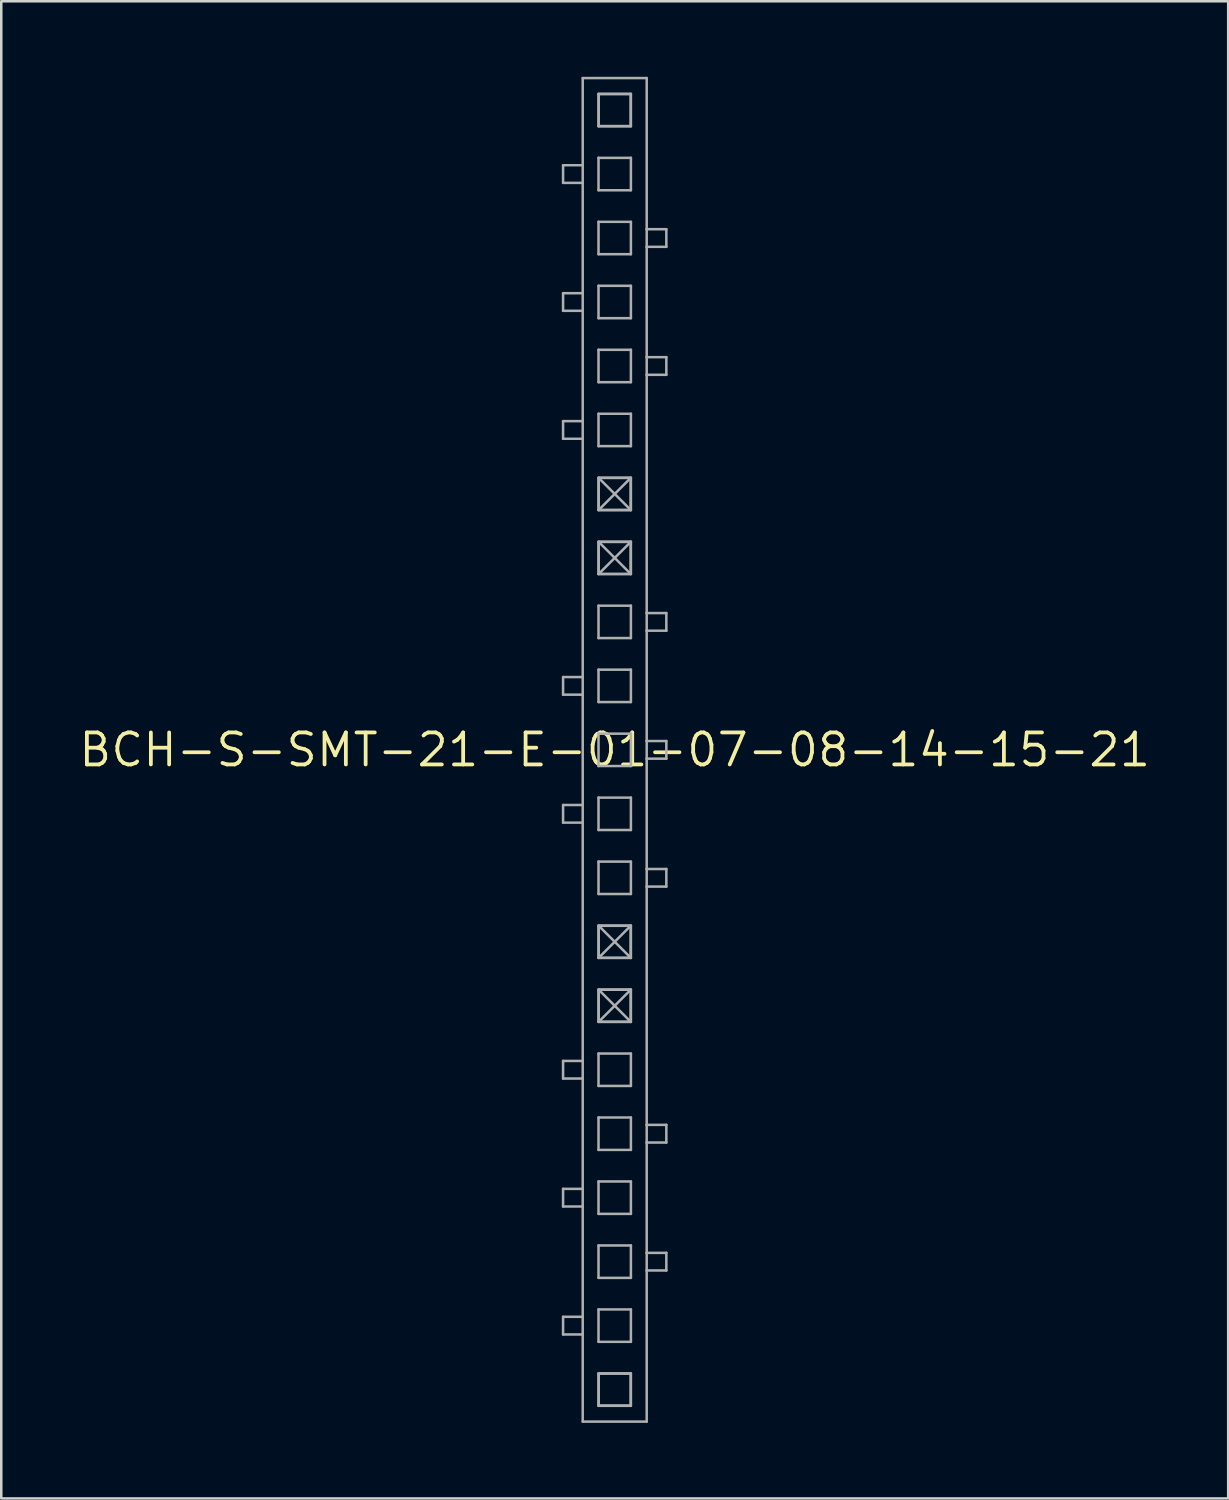
<source format=kicad_pcb>
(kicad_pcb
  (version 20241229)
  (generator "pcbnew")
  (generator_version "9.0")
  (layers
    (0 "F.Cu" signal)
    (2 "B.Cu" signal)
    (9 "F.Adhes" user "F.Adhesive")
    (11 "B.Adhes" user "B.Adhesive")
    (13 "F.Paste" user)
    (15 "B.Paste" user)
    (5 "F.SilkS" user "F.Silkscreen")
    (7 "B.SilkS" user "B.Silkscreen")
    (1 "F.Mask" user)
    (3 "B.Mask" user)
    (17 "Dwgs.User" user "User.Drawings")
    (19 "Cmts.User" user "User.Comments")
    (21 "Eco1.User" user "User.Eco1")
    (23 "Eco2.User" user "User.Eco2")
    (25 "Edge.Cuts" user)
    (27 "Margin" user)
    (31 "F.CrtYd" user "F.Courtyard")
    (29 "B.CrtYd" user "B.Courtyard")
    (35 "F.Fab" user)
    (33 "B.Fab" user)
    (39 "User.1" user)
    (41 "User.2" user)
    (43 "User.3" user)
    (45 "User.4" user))
  (footprint "BCH-S-SMT-21-E-01-07-08-14-15-21"
    (layer "F.Cu")
    (at 21.355 26.72)
    (property "Reference" "BCH-S-SMT-21-E-01-07-08-14-15-21" (at 0 0 0) (unlocked yes) (layer "F.SilkS") (effects (font (size 1.27 1.27) (thickness 0.15))))
    (fp_line (start -2.05 -23.21) (end -2.05 -22.51) (stroke (width 0.1) (type solid)) (layer "F.Fab"))
    (fp_line (start -2.05 -18.13) (end -2.05 -17.43) (stroke (width 0.1) (type solid)) (layer "F.Fab"))
    (fp_line (start -2.05 -13.05) (end -2.05 -12.35) (stroke (width 0.1) (type solid)) (layer "F.Fab"))
    (fp_line (start -2.05 -2.19) (end -2.05 -2.89) (stroke (width 0.1) (type solid)) (layer "F.Fab"))
    (fp_line (start -2.05 2.89) (end -2.05 2.19) (stroke (width 0.1) (type solid)) (layer "F.Fab"))
    (fp_line (start -2.05 13.05) (end -2.05 12.35) (stroke (width 0.1) (type solid)) (layer "F.Fab"))
    (fp_line (start -2.05 18.13) (end -2.05 17.43) (stroke (width 0.1) (type solid)) (layer "F.Fab"))
    (fp_line (start -2.05 23.21) (end -2.05 22.51) (stroke (width 0.1) (type solid)) (layer "F.Fab"))
    (fp_line (start -1.27 -26.67) (end 1.27 -26.67) (stroke (width 0.1) (type solid)) (layer "F.Fab"))
    (fp_line (start -1.27 -23.21) (end -2.05 -23.21) (stroke (width 0.1) (type solid)) (layer "F.Fab"))
    (fp_line (start -1.27 -23.21) (end -1.27 -26.67) (stroke (width 0.1) (type solid)) (layer "F.Fab"))
    (fp_line (start -1.27 -22.51) (end -2.05 -22.51) (stroke (width 0.1) (type solid)) (layer "F.Fab"))
    (fp_line (start -1.27 -22.51) (end -1.27 -23.21) (stroke (width 0.1) (type solid)) (layer "F.Fab"))
    (fp_line (start -1.27 -18.13) (end -2.05 -18.13) (stroke (width 0.1) (type solid)) (layer "F.Fab"))
    (fp_line (start -1.27 -18.13) (end -1.27 -22.51) (stroke (width 0.1) (type solid)) (layer "F.Fab"))
    (fp_line (start -1.27 -17.43) (end -2.05 -17.43) (stroke (width 0.1) (type solid)) (layer "F.Fab"))
    (fp_line (start -1.27 -17.43) (end -1.27 -18.13) (stroke (width 0.1) (type solid)) (layer "F.Fab"))
    (fp_line (start -1.27 -13.05) (end -2.05 -13.05) (stroke (width 0.1) (type solid)) (layer "F.Fab"))
    (fp_line (start -1.27 -13.05) (end -1.27 -17.43) (stroke (width 0.1) (type solid)) (layer "F.Fab"))
    (fp_line (start -1.27 -12.35) (end -2.05 -12.35) (stroke (width 0.1) (type solid)) (layer "F.Fab"))
    (fp_line (start -1.27 -12.35) (end -1.27 -13.05) (stroke (width 0.1) (type solid)) (layer "F.Fab"))
    (fp_line (start -1.27 -12.35) (end -1.27 -2.89) (stroke (width 0.1) (type solid)) (layer "F.Fab"))
    (fp_line (start -1.27 -2.89) (end -2.05 -2.89) (stroke (width 0.1) (type solid)) (layer "F.Fab"))
    (fp_line (start -1.27 -2.89) (end -1.27 -2.19) (stroke (width 0.1) (type solid)) (layer "F.Fab"))
    (fp_line (start -1.27 -2.19) (end -2.05 -2.19) (stroke (width 0.1) (type solid)) (layer "F.Fab"))
    (fp_line (start -1.27 -2.19) (end -1.27 2.19) (stroke (width 0.1) (type solid)) (layer "F.Fab"))
    (fp_line (start -1.27 2.19) (end -2.05 2.19) (stroke (width 0.1) (type solid)) (layer "F.Fab"))
    (fp_line (start -1.27 2.19) (end -1.27 2.89) (stroke (width 0.1) (type solid)) (layer "F.Fab"))
    (fp_line (start -1.27 2.89) (end -2.05 2.89) (stroke (width 0.1) (type solid)) (layer "F.Fab"))
    (fp_line (start -1.27 2.89) (end -1.27 12.35) (stroke (width 0.1) (type solid)) (layer "F.Fab"))
    (fp_line (start -1.27 12.35) (end -2.05 12.35) (stroke (width 0.1) (type solid)) (layer "F.Fab"))
    (fp_line (start -1.27 12.35) (end -1.27 13.05) (stroke (width 0.1) (type solid)) (layer "F.Fab"))
    (fp_line (start -1.27 13.05) (end -2.05 13.05) (stroke (width 0.1) (type solid)) (layer "F.Fab"))
    (fp_line (start -1.27 13.05) (end -1.27 17.43) (stroke (width 0.1) (type solid)) (layer "F.Fab"))
    (fp_line (start -1.27 17.43) (end -2.05 17.43) (stroke (width 0.1) (type solid)) (layer "F.Fab"))
    (fp_line (start -1.27 17.43) (end -1.27 18.13) (stroke (width 0.1) (type solid)) (layer "F.Fab"))
    (fp_line (start -1.27 18.13) (end -2.05 18.13) (stroke (width 0.1) (type solid)) (layer "F.Fab"))
    (fp_line (start -1.27 18.13) (end -1.27 22.51) (stroke (width 0.1) (type solid)) (layer "F.Fab"))
    (fp_line (start -1.27 22.51) (end -2.05 22.51) (stroke (width 0.1) (type solid)) (layer "F.Fab"))
    (fp_line (start -1.27 22.51) (end -1.27 23.21) (stroke (width 0.1) (type solid)) (layer "F.Fab"))
    (fp_line (start -1.27 23.21) (end -2.05 23.21) (stroke (width 0.1) (type solid)) (layer "F.Fab"))
    (fp_line (start -1.27 23.21) (end -1.27 26.67) (stroke (width 0.1) (type solid)) (layer "F.Fab"))
    (fp_line (start -1.27 26.67) (end 1.27 26.67) (stroke (width 0.1) (type solid)) (layer "F.Fab"))
    (fp_line (start -0.643 -26.043) (end 0.643 -26.043) (stroke (width 0.1) (type solid)) (layer "F.Fab"))
    (fp_line (start -0.643 -24.757) (end -0.643 -26.043) (stroke (width 0.1) (type solid)) (layer "F.Fab"))
    (fp_line (start -0.643 -23.503) (end 0.643 -23.503) (stroke (width 0.1) (type solid)) (layer "F.Fab"))
    (fp_line (start -0.643 -22.217) (end -0.643 -23.503) (stroke (width 0.1) (type solid)) (layer "F.Fab"))
    (fp_line (start -0.643 -20.963) (end 0.643 -20.963) (stroke (width 0.1) (type solid)) (layer "F.Fab"))
    (fp_line (start -0.643 -19.677) (end -0.643 -20.963) (stroke (width 0.1) (type solid)) (layer "F.Fab"))
    (fp_line (start -0.643 -18.423) (end 0.643 -18.423) (stroke (width 0.1) (type solid)) (layer "F.Fab"))
    (fp_line (start -0.643 -17.137) (end -0.643 -18.423) (stroke (width 0.1) (type solid)) (layer "F.Fab"))
    (fp_line (start -0.643 -15.883) (end 0.643 -15.883) (stroke (width 0.1) (type solid)) (layer "F.Fab"))
    (fp_line (start -0.643 -14.597) (end -0.643 -15.883) (stroke (width 0.1) (type solid)) (layer "F.Fab"))
    (fp_line (start -0.643 -13.343) (end 0.643 -13.343) (stroke (width 0.1) (type solid)) (layer "F.Fab"))
    (fp_line (start -0.643 -12.057) (end -0.643 -13.343) (stroke (width 0.1) (type solid)) (layer "F.Fab"))
    (fp_line (start -0.643 -10.803) (end -0.643 -9.517) (stroke (width 0.1) (type solid)) (layer "F.Fab"))
    (fp_line (start -0.643 -9.517) (end 0.643 -9.517) (stroke (width 0.1) (type solid)) (layer "F.Fab"))
    (fp_line (start -0.643 -8.263) (end -0.643 -6.977) (stroke (width 0.1) (type solid)) (layer "F.Fab"))
    (fp_line (start -0.643 -6.977) (end 0.643 -6.977) (stroke (width 0.1) (type solid)) (layer "F.Fab"))
    (fp_line (start -0.643 -5.723) (end -0.643 -4.437) (stroke (width 0.1) (type solid)) (layer "F.Fab"))
    (fp_line (start -0.643 -4.437) (end 0.643 -4.437) (stroke (width 0.1) (type solid)) (layer "F.Fab"))
    (fp_line (start -0.643 -3.183) (end -0.643 -1.897) (stroke (width 0.1) (type solid)) (layer "F.Fab"))
    (fp_line (start -0.643 -1.897) (end 0.643 -1.897) (stroke (width 0.1) (type solid)) (layer "F.Fab"))
    (fp_line (start -0.643 -0.643) (end -0.643 0.643) (stroke (width 0.1) (type solid)) (layer "F.Fab"))
    (fp_line (start -0.643 0.643) (end 0.643 0.643) (stroke (width 0.1) (type solid)) (layer "F.Fab"))
    (fp_line (start -0.643 1.897) (end -0.643 3.183) (stroke (width 0.1) (type solid)) (layer "F.Fab"))
    (fp_line (start -0.643 3.183) (end 0.643 3.183) (stroke (width 0.1) (type solid)) (layer "F.Fab"))
    (fp_line (start -0.643 4.437) (end -0.643 5.723) (stroke (width 0.1) (type solid)) (layer "F.Fab"))
    (fp_line (start -0.643 5.723) (end 0.643 5.723) (stroke (width 0.1) (type solid)) (layer "F.Fab"))
    (fp_line (start -0.643 6.977) (end -0.643 8.263) (stroke (width 0.1) (type solid)) (layer "F.Fab"))
    (fp_line (start -0.643 8.263) (end 0.643 8.263) (stroke (width 0.1) (type solid)) (layer "F.Fab"))
    (fp_line (start -0.643 9.517) (end -0.643 10.803) (stroke (width 0.1) (type solid)) (layer "F.Fab"))
    (fp_line (start -0.643 10.803) (end 0.643 10.803) (stroke (width 0.1) (type solid)) (layer "F.Fab"))
    (fp_line (start -0.643 12.057) (end -0.643 13.343) (stroke (width 0.1) (type solid)) (layer "F.Fab"))
    (fp_line (start -0.643 13.343) (end 0.643 13.343) (stroke (width 0.1) (type solid)) (layer "F.Fab"))
    (fp_line (start -0.643 14.597) (end -0.643 15.883) (stroke (width 0.1) (type solid)) (layer "F.Fab"))
    (fp_line (start -0.643 15.883) (end 0.643 15.883) (stroke (width 0.1) (type solid)) (layer "F.Fab"))
    (fp_line (start -0.643 17.137) (end -0.643 18.423) (stroke (width 0.1) (type solid)) (layer "F.Fab"))
    (fp_line (start -0.643 18.423) (end 0.643 18.423) (stroke (width 0.1) (type solid)) (layer "F.Fab"))
    (fp_line (start -0.643 19.677) (end -0.643 20.963) (stroke (width 0.1) (type solid)) (layer "F.Fab"))
    (fp_line (start -0.643 20.963) (end 0.643 20.963) (stroke (width 0.1) (type solid)) (layer "F.Fab"))
    (fp_line (start -0.643 22.217) (end -0.643 23.503) (stroke (width 0.1) (type solid)) (layer "F.Fab"))
    (fp_line (start -0.643 23.503) (end 0.643 23.503) (stroke (width 0.1) (type solid)) (layer "F.Fab"))
    (fp_line (start -0.643 24.757) (end 0.643 24.757) (stroke (width 0.1) (type solid)) (layer "F.Fab"))
    (fp_line (start -0.643 26.043) (end -0.643 24.757) (stroke (width 0.1) (type solid)) (layer "F.Fab"))
    (fp_line (start -0.635 -10.795) (end 0.635 -9.525) (stroke (width 0.1) (type solid)) (layer "F.Fab"))
    (fp_line (start -0.635 -9.525) (end 0.635 -10.795) (stroke (width 0.1) (type solid)) (layer "F.Fab"))
    (fp_line (start -0.635 -8.255) (end 0.635 -6.985) (stroke (width 0.1) (type solid)) (layer "F.Fab"))
    (fp_line (start -0.635 -6.985) (end 0.635 -8.255) (stroke (width 0.1) (type solid)) (layer "F.Fab"))
    (fp_line (start -0.635 6.985) (end 0.635 8.255) (stroke (width 0.1) (type solid)) (layer "F.Fab"))
    (fp_line (start -0.635 8.255) (end 0.635 6.985) (stroke (width 0.1) (type solid)) (layer "F.Fab"))
    (fp_line (start -0.635 9.525) (end 0.635 10.795) (stroke (width 0.1) (type solid)) (layer "F.Fab"))
    (fp_line (start -0.635 10.795) (end 0.635 9.525) (stroke (width 0.1) (type solid)) (layer "F.Fab"))
    (fp_line (start 0.643 -26.043) (end 0.643 -24.757) (stroke (width 0.1) (type solid)) (layer "F.Fab"))
    (fp_line (start 0.643 -24.757) (end -0.643 -24.757) (stroke (width 0.1) (type solid)) (layer "F.Fab"))
    (fp_line (start 0.643 -23.503) (end 0.643 -22.217) (stroke (width 0.1) (type solid)) (layer "F.Fab"))
    (fp_line (start 0.643 -22.217) (end -0.643 -22.217) (stroke (width 0.1) (type solid)) (layer "F.Fab"))
    (fp_line (start 0.643 -20.963) (end 0.643 -19.677) (stroke (width 0.1) (type solid)) (layer "F.Fab"))
    (fp_line (start 0.643 -19.677) (end -0.643 -19.677) (stroke (width 0.1) (type solid)) (layer "F.Fab"))
    (fp_line (start 0.643 -18.423) (end 0.643 -17.137) (stroke (width 0.1) (type solid)) (layer "F.Fab"))
    (fp_line (start 0.643 -17.137) (end -0.643 -17.137) (stroke (width 0.1) (type solid)) (layer "F.Fab"))
    (fp_line (start 0.643 -15.883) (end 0.643 -14.597) (stroke (width 0.1) (type solid)) (layer "F.Fab"))
    (fp_line (start 0.643 -14.597) (end -0.643 -14.597) (stroke (width 0.1) (type solid)) (layer "F.Fab"))
    (fp_line (start 0.643 -13.343) (end 0.643 -12.057) (stroke (width 0.1) (type solid)) (layer "F.Fab"))
    (fp_line (start 0.643 -12.057) (end -0.643 -12.057) (stroke (width 0.1) (type solid)) (layer "F.Fab"))
    (fp_line (start 0.643 -10.803) (end -0.643 -10.803) (stroke (width 0.1) (type solid)) (layer "F.Fab"))
    (fp_line (start 0.643 -9.517) (end 0.643 -10.803) (stroke (width 0.1) (type solid)) (layer "F.Fab"))
    (fp_line (start 0.643 -8.263) (end -0.643 -8.263) (stroke (width 0.1) (type solid)) (layer "F.Fab"))
    (fp_line (start 0.643 -6.977) (end 0.643 -8.263) (stroke (width 0.1) (type solid)) (layer "F.Fab"))
    (fp_line (start 0.643 -5.723) (end -0.643 -5.723) (stroke (width 0.1) (type solid)) (layer "F.Fab"))
    (fp_line (start 0.643 -4.437) (end 0.643 -5.723) (stroke (width 0.1) (type solid)) (layer "F.Fab"))
    (fp_line (start 0.643 -3.183) (end -0.643 -3.183) (stroke (width 0.1) (type solid)) (layer "F.Fab"))
    (fp_line (start 0.643 -1.897) (end 0.643 -3.183) (stroke (width 0.1) (type solid)) (layer "F.Fab"))
    (fp_line (start 0.643 -0.643) (end -0.643 -0.643) (stroke (width 0.1) (type solid)) (layer "F.Fab"))
    (fp_line (start 0.643 0.643) (end 0.643 -0.643) (stroke (width 0.1) (type solid)) (layer "F.Fab"))
    (fp_line (start 0.643 1.897) (end -0.643 1.897) (stroke (width 0.1) (type solid)) (layer "F.Fab"))
    (fp_line (start 0.643 3.183) (end 0.643 1.897) (stroke (width 0.1) (type solid)) (layer "F.Fab"))
    (fp_line (start 0.643 4.437) (end -0.643 4.437) (stroke (width 0.1) (type solid)) (layer "F.Fab"))
    (fp_line (start 0.643 5.723) (end 0.643 4.437) (stroke (width 0.1) (type solid)) (layer "F.Fab"))
    (fp_line (start 0.643 6.977) (end -0.643 6.977) (stroke (width 0.1) (type solid)) (layer "F.Fab"))
    (fp_line (start 0.643 8.263) (end 0.643 6.977) (stroke (width 0.1) (type solid)) (layer "F.Fab"))
    (fp_line (start 0.643 9.517) (end -0.643 9.517) (stroke (width 0.1) (type solid)) (layer "F.Fab"))
    (fp_line (start 0.643 10.803) (end 0.643 9.517) (stroke (width 0.1) (type solid)) (layer "F.Fab"))
    (fp_line (start 0.643 12.057) (end -0.643 12.057) (stroke (width 0.1) (type solid)) (layer "F.Fab"))
    (fp_line (start 0.643 13.343) (end 0.643 12.057) (stroke (width 0.1) (type solid)) (layer "F.Fab"))
    (fp_line (start 0.643 14.597) (end -0.643 14.597) (stroke (width 0.1) (type solid)) (layer "F.Fab"))
    (fp_line (start 0.643 15.883) (end 0.643 14.597) (stroke (width 0.1) (type solid)) (layer "F.Fab"))
    (fp_line (start 0.643 17.137) (end -0.643 17.137) (stroke (width 0.1) (type solid)) (layer "F.Fab"))
    (fp_line (start 0.643 18.423) (end 0.643 17.137) (stroke (width 0.1) (type solid)) (layer "F.Fab"))
    (fp_line (start 0.643 19.677) (end -0.643 19.677) (stroke (width 0.1) (type solid)) (layer "F.Fab"))
    (fp_line (start 0.643 20.963) (end 0.643 19.677) (stroke (width 0.1) (type solid)) (layer "F.Fab"))
    (fp_line (start 0.643 22.217) (end -0.643 22.217) (stroke (width 0.1) (type solid)) (layer "F.Fab"))
    (fp_line (start 0.643 23.503) (end 0.643 22.217) (stroke (width 0.1) (type solid)) (layer "F.Fab"))
    (fp_line (start 0.643 24.757) (end 0.643 26.043) (stroke (width 0.1) (type solid)) (layer "F.Fab"))
    (fp_line (start 0.643 26.043) (end -0.643 26.043) (stroke (width 0.1) (type solid)) (layer "F.Fab"))
    (fp_line (start 1.27 -26.67) (end 1.27 -20.67) (stroke (width 0.1) (type solid)) (layer "F.Fab"))
    (fp_line (start 1.27 -20.67) (end 1.27 -19.97) (stroke (width 0.1) (type solid)) (layer "F.Fab"))
    (fp_line (start 1.27 -20.67) (end 2.05 -20.67) (stroke (width 0.1) (type solid)) (layer "F.Fab"))
    (fp_line (start 1.27 -19.97) (end 1.27 -15.59) (stroke (width 0.1) (type solid)) (layer "F.Fab"))
    (fp_line (start 1.27 -19.97) (end 2.05 -19.97) (stroke (width 0.1) (type solid)) (layer "F.Fab"))
    (fp_line (start 1.27 -15.59) (end 1.27 -14.89) (stroke (width 0.1) (type solid)) (layer "F.Fab"))
    (fp_line (start 1.27 -15.59) (end 2.05 -15.59) (stroke (width 0.1) (type solid)) (layer "F.Fab"))
    (fp_line (start 1.27 -14.89) (end 2.05 -14.89) (stroke (width 0.1) (type solid)) (layer "F.Fab"))
    (fp_line (start 1.27 -5.43) (end 1.27 -14.89) (stroke (width 0.1) (type solid)) (layer "F.Fab"))
    (fp_line (start 1.27 -5.43) (end 2.05 -5.43) (stroke (width 0.1) (type solid)) (layer "F.Fab"))
    (fp_line (start 1.27 -4.73) (end 1.27 -5.43) (stroke (width 0.1) (type solid)) (layer "F.Fab"))
    (fp_line (start 1.27 -4.73) (end 2.05 -4.73) (stroke (width 0.1) (type solid)) (layer "F.Fab"))
    (fp_line (start 1.27 -0.35) (end 1.27 -4.73) (stroke (width 0.1) (type solid)) (layer "F.Fab"))
    (fp_line (start 1.27 -0.35) (end 2.05 -0.35) (stroke (width 0.1) (type solid)) (layer "F.Fab"))
    (fp_line (start 1.27 0.35) (end 1.27 -0.35) (stroke (width 0.1) (type solid)) (layer "F.Fab"))
    (fp_line (start 1.27 0.35) (end 2.05 0.35) (stroke (width 0.1) (type solid)) (layer "F.Fab"))
    (fp_line (start 1.27 4.73) (end 1.27 0.35) (stroke (width 0.1) (type solid)) (layer "F.Fab"))
    (fp_line (start 1.27 4.73) (end 2.05 4.73) (stroke (width 0.1) (type solid)) (layer "F.Fab"))
    (fp_line (start 1.27 5.43) (end 1.27 4.73) (stroke (width 0.1) (type solid)) (layer "F.Fab"))
    (fp_line (start 1.27 5.43) (end 2.05 5.43) (stroke (width 0.1) (type solid)) (layer "F.Fab"))
    (fp_line (start 1.27 14.89) (end 1.27 5.43) (stroke (width 0.1) (type solid)) (layer "F.Fab"))
    (fp_line (start 1.27 14.89) (end 2.05 14.89) (stroke (width 0.1) (type solid)) (layer "F.Fab"))
    (fp_line (start 1.27 15.59) (end 1.27 14.89) (stroke (width 0.1) (type solid)) (layer "F.Fab"))
    (fp_line (start 1.27 15.59) (end 2.05 15.59) (stroke (width 0.1) (type solid)) (layer "F.Fab"))
    (fp_line (start 1.27 19.97) (end 1.27 15.59) (stroke (width 0.1) (type solid)) (layer "F.Fab"))
    (fp_line (start 1.27 19.97) (end 2.05 19.97) (stroke (width 0.1) (type solid)) (layer "F.Fab"))
    (fp_line (start 1.27 20.67) (end 1.27 19.97) (stroke (width 0.1) (type solid)) (layer "F.Fab"))
    (fp_line (start 1.27 20.67) (end 2.05 20.67) (stroke (width 0.1) (type solid)) (layer "F.Fab"))
    (fp_line (start 1.27 26.67) (end 1.27 20.67) (stroke (width 0.1) (type solid)) (layer "F.Fab"))
    (fp_line (start 2.05 -19.97) (end 2.05 -20.67) (stroke (width 0.1) (type solid)) (layer "F.Fab"))
    (fp_line (start 2.05 -14.89) (end 2.05 -15.59) (stroke (width 0.1) (type solid)) (layer "F.Fab"))
    (fp_line (start 2.05 -5.43) (end 2.05 -4.73) (stroke (width 0.1) (type solid)) (layer "F.Fab"))
    (fp_line (start 2.05 -0.35) (end 2.05 0.35) (stroke (width 0.1) (type solid)) (layer "F.Fab"))
    (fp_line (start 2.05 4.73) (end 2.05 5.43) (stroke (width 0.1) (type solid)) (layer "F.Fab"))
    (fp_line (start 2.05 14.89) (end 2.05 15.59) (stroke (width 0.1) (type solid)) (layer "F.Fab"))
    (fp_line (start 2.05 19.97) (end 2.05 20.67) (stroke (width 0.1) (type solid)) (layer "F.Fab"))
    (fp_poly (pts (xy -0.635 -24.765) (xy 0.635 -24.765) (xy 0.635 -26.035) (xy -0.635 -26.035)) (stroke (width 0.1) (type default)) (fill no) (layer "F.Fab"))
    (fp_poly (pts (xy -0.635 -9.525) (xy 0.635 -9.525) (xy 0.635 -10.795) (xy -0.635 -10.795)) (stroke (width 0.1) (type default)) (fill no) (layer "F.Fab"))
    (fp_poly (pts (xy -0.635 -6.985) (xy 0.635 -6.985) (xy 0.635 -8.255) (xy -0.635 -8.255)) (stroke (width 0.1) (type default)) (fill no) (layer "F.Fab"))
    (fp_poly (pts (xy -0.635 8.255) (xy 0.635 8.255) (xy 0.635 6.985) (xy -0.635 6.985)) (stroke (width 0.1) (type default)) (fill no) (layer "F.Fab"))
    (fp_poly (pts (xy -0.635 10.795) (xy 0.635 10.795) (xy 0.635 9.525) (xy -0.635 9.525)) (stroke (width 0.1) (type default)) (fill no) (layer "F.Fab"))
    (fp_poly (pts (xy -0.635 26.035) (xy 0.635 26.035) (xy 0.635 24.765) (xy -0.635 24.765)) (stroke (width 0.1) (type default)) (fill no) (layer "F.Fab")))
  (gr_rect
    (start -3 -3)
    (end 45.711 56.44)
    (stroke (width 0.1) (type default))
    (fill no)
    (layer "Edge.Cuts")))
</source>
